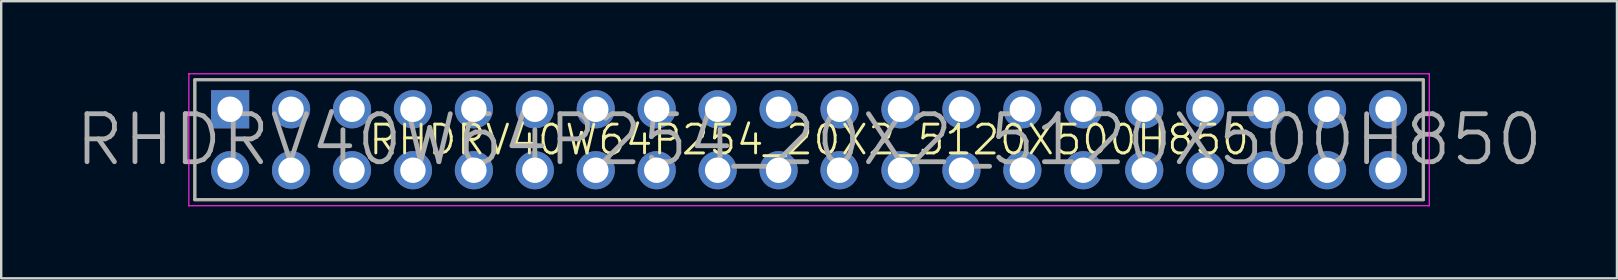
<source format=kicad_pcb>
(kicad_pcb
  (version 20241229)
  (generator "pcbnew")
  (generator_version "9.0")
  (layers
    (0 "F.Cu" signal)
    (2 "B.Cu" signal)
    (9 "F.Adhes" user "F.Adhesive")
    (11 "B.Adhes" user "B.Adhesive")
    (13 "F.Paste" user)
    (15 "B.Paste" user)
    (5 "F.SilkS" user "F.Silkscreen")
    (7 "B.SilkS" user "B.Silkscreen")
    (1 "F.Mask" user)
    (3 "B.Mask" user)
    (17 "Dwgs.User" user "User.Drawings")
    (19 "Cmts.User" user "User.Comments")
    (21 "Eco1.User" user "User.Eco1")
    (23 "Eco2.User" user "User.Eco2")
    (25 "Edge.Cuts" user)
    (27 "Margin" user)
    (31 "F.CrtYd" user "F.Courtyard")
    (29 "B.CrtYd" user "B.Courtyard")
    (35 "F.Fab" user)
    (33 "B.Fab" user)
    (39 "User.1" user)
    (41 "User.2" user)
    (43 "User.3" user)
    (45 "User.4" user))
  (footprint "RHDRV40W64P254_20X2_5120X500H850"
    (layer "F.Cu")
    (at 6.541 1.505)
    (property "Reference" "RHDRV40W64P254_20X2_5120X500H850" (at 24.13 1.27 0) (layer "F.SilkS") (effects (font (size 1.2 1.2) (thickness 0.12))))
    (attr through_hole)
    (fp_line (start -1.47 -1.23) (end 49.73 -1.23) (stroke (width 0.12) (type solid)) (layer "F.SilkS"))
    (fp_line (start -1.47 3.77) (end -1.47 -1.23) (stroke (width 0.12) (type solid)) (layer "F.SilkS"))
    (fp_line (start 49.73 -1.23) (end 49.73 3.77) (stroke (width 0.12) (type solid)) (layer "F.SilkS"))
    (fp_line (start 49.73 3.77) (end -1.47 3.77) (stroke (width 0.12) (type solid)) (layer "F.SilkS"))
    (fp_line (start -1.47 -1.23) (end 49.73 -1.23) (stroke (width 0.025) (type solid)) (layer "Dwgs.User"))
    (fp_line (start -1.47 3.77) (end -1.47 -1.23) (stroke (width 0.025) (type solid)) (layer "Dwgs.User"))
    (fp_line (start -0.32 -0.32) (end 0.32 -0.32) (stroke (width 0.025) (type solid)) (layer "Dwgs.User"))
    (fp_line (start -0.32 0.32) (end -0.32 -0.32) (stroke (width 0.025) (type solid)) (layer "Dwgs.User"))
    (fp_line (start -0.32 2.22) (end 0.32 2.22) (stroke (width 0.025) (type solid)) (layer "Dwgs.User"))
    (fp_line (start -0.32 2.86) (end -0.32 2.22) (stroke (width 0.025) (type solid)) (layer "Dwgs.User"))
    (fp_line (start 0.32 -0.32) (end 0.32 0.32) (stroke (width 0.025) (type solid)) (layer "Dwgs.User"))
    (fp_line (start 0.32 0.32) (end -0.32 0.32) (stroke (width 0.025) (type solid)) (layer "Dwgs.User"))
    (fp_line (start 0.32 2.22) (end 0.32 2.86) (stroke (width 0.025) (type solid)) (layer "Dwgs.User"))
    (fp_line (start 0.32 2.86) (end -0.32 2.86) (stroke (width 0.025) (type solid)) (layer "Dwgs.User"))
    (fp_line (start 2.22 -0.32) (end 2.86 -0.32) (stroke (width 0.025) (type solid)) (layer "Dwgs.User"))
    (fp_line (start 2.22 0.32) (end 2.22 -0.32) (stroke (width 0.025) (type solid)) (layer "Dwgs.User"))
    (fp_line (start 2.22 2.22) (end 2.86 2.22) (stroke (width 0.025) (type solid)) (layer "Dwgs.User"))
    (fp_line (start 2.22 2.86) (end 2.22 2.22) (stroke (width 0.025) (type solid)) (layer "Dwgs.User"))
    (fp_line (start 2.86 -0.32) (end 2.86 0.32) (stroke (width 0.025) (type solid)) (layer "Dwgs.User"))
    (fp_line (start 2.86 0.32) (end 2.22 0.32) (stroke (width 0.025) (type solid)) (layer "Dwgs.User"))
    (fp_line (start 2.86 2.22) (end 2.86 2.86) (stroke (width 0.025) (type solid)) (layer "Dwgs.User"))
    (fp_line (start 2.86 2.86) (end 2.22 2.86) (stroke (width 0.025) (type solid)) (layer "Dwgs.User"))
    (fp_line (start 4.76 -0.32) (end 5.4 -0.32) (stroke (width 0.025) (type solid)) (layer "Dwgs.User"))
    (fp_line (start 4.76 0.32) (end 4.76 -0.32) (stroke (width 0.025) (type solid)) (layer "Dwgs.User"))
    (fp_line (start 4.76 2.22) (end 5.4 2.22) (stroke (width 0.025) (type solid)) (layer "Dwgs.User"))
    (fp_line (start 4.76 2.86) (end 4.76 2.22) (stroke (width 0.025) (type solid)) (layer "Dwgs.User"))
    (fp_line (start 5.4 -0.32) (end 5.4 0.32) (stroke (width 0.025) (type solid)) (layer "Dwgs.User"))
    (fp_line (start 5.4 0.32) (end 4.76 0.32) (stroke (width 0.025) (type solid)) (layer "Dwgs.User"))
    (fp_line (start 5.4 2.22) (end 5.4 2.86) (stroke (width 0.025) (type solid)) (layer "Dwgs.User"))
    (fp_line (start 5.4 2.86) (end 4.76 2.86) (stroke (width 0.025) (type solid)) (layer "Dwgs.User"))
    (fp_line (start 7.3 -0.32) (end 7.94 -0.32) (stroke (width 0.025) (type solid)) (layer "Dwgs.User"))
    (fp_line (start 7.3 0.32) (end 7.3 -0.32) (stroke (width 0.025) (type solid)) (layer "Dwgs.User"))
    (fp_line (start 7.3 2.22) (end 7.94 2.22) (stroke (width 0.025) (type solid)) (layer "Dwgs.User"))
    (fp_line (start 7.3 2.86) (end 7.3 2.22) (stroke (width 0.025) (type solid)) (layer "Dwgs.User"))
    (fp_line (start 7.94 -0.32) (end 7.94 0.32) (stroke (width 0.025) (type solid)) (layer "Dwgs.User"))
    (fp_line (start 7.94 0.32) (end 7.3 0.32) (stroke (width 0.025) (type solid)) (layer "Dwgs.User"))
    (fp_line (start 7.94 2.22) (end 7.94 2.86) (stroke (width 0.025) (type solid)) (layer "Dwgs.User"))
    (fp_line (start 7.94 2.86) (end 7.3 2.86) (stroke (width 0.025) (type solid)) (layer "Dwgs.User"))
    (fp_line (start 9.84 -0.32) (end 10.48 -0.32) (stroke (width 0.025) (type solid)) (layer "Dwgs.User"))
    (fp_line (start 9.84 0.32) (end 9.84 -0.32) (stroke (width 0.025) (type solid)) (layer "Dwgs.User"))
    (fp_line (start 9.84 2.22) (end 10.48 2.22) (stroke (width 0.025) (type solid)) (layer "Dwgs.User"))
    (fp_line (start 9.84 2.86) (end 9.84 2.22) (stroke (width 0.025) (type solid)) (layer "Dwgs.User"))
    (fp_line (start 10.48 -0.32) (end 10.48 0.32) (stroke (width 0.025) (type solid)) (layer "Dwgs.User"))
    (fp_line (start 10.48 0.32) (end 9.84 0.32) (stroke (width 0.025) (type solid)) (layer "Dwgs.User"))
    (fp_line (start 10.48 2.22) (end 10.48 2.86) (stroke (width 0.025) (type solid)) (layer "Dwgs.User"))
    (fp_line (start 10.48 2.86) (end 9.84 2.86) (stroke (width 0.025) (type solid)) (layer "Dwgs.User"))
    (fp_line (start 12.38 -0.32) (end 13.02 -0.32) (stroke (width 0.025) (type solid)) (layer "Dwgs.User"))
    (fp_line (start 12.38 0.32) (end 12.38 -0.32) (stroke (width 0.025) (type solid)) (layer "Dwgs.User"))
    (fp_line (start 12.38 2.22) (end 13.02 2.22) (stroke (width 0.025) (type solid)) (layer "Dwgs.User"))
    (fp_line (start 12.38 2.86) (end 12.38 2.22) (stroke (width 0.025) (type solid)) (layer "Dwgs.User"))
    (fp_line (start 13.02 -0.32) (end 13.02 0.32) (stroke (width 0.025) (type solid)) (layer "Dwgs.User"))
    (fp_line (start 13.02 0.32) (end 12.38 0.32) (stroke (width 0.025) (type solid)) (layer "Dwgs.User"))
    (fp_line (start 13.02 2.22) (end 13.02 2.86) (stroke (width 0.025) (type solid)) (layer "Dwgs.User"))
    (fp_line (start 13.02 2.86) (end 12.38 2.86) (stroke (width 0.025) (type solid)) (layer "Dwgs.User"))
    (fp_line (start 14.92 -0.32) (end 15.56 -0.32) (stroke (width 0.025) (type solid)) (layer "Dwgs.User"))
    (fp_line (start 14.92 0.32) (end 14.92 -0.32) (stroke (width 0.025) (type solid)) (layer "Dwgs.User"))
    (fp_line (start 14.92 2.22) (end 15.56 2.22) (stroke (width 0.025) (type solid)) (layer "Dwgs.User"))
    (fp_line (start 14.92 2.86) (end 14.92 2.22) (stroke (width 0.025) (type solid)) (layer "Dwgs.User"))
    (fp_line (start 15.56 -0.32) (end 15.56 0.32) (stroke (width 0.025) (type solid)) (layer "Dwgs.User"))
    (fp_line (start 15.56 0.32) (end 14.92 0.32) (stroke (width 0.025) (type solid)) (layer "Dwgs.User"))
    (fp_line (start 15.56 2.22) (end 15.56 2.86) (stroke (width 0.025) (type solid)) (layer "Dwgs.User"))
    (fp_line (start 15.56 2.86) (end 14.92 2.86) (stroke (width 0.025) (type solid)) (layer "Dwgs.User"))
    (fp_line (start 17.46 -0.32) (end 18.1 -0.32) (stroke (width 0.025) (type solid)) (layer "Dwgs.User"))
    (fp_line (start 17.46 0.32) (end 17.46 -0.32) (stroke (width 0.025) (type solid)) (layer "Dwgs.User"))
    (fp_line (start 17.46 2.22) (end 18.1 2.22) (stroke (width 0.025) (type solid)) (layer "Dwgs.User"))
    (fp_line (start 17.46 2.86) (end 17.46 2.22) (stroke (width 0.025) (type solid)) (layer "Dwgs.User"))
    (fp_line (start 18.1 -0.32) (end 18.1 0.32) (stroke (width 0.025) (type solid)) (layer "Dwgs.User"))
    (fp_line (start 18.1 0.32) (end 17.46 0.32) (stroke (width 0.025) (type solid)) (layer "Dwgs.User"))
    (fp_line (start 18.1 2.22) (end 18.1 2.86) (stroke (width 0.025) (type solid)) (layer "Dwgs.User"))
    (fp_line (start 18.1 2.86) (end 17.46 2.86) (stroke (width 0.025) (type solid)) (layer "Dwgs.User"))
    (fp_line (start 20 -0.32) (end 20.64 -0.32) (stroke (width 0.025) (type solid)) (layer "Dwgs.User"))
    (fp_line (start 20 0.32) (end 20 -0.32) (stroke (width 0.025) (type solid)) (layer "Dwgs.User"))
    (fp_line (start 20 2.22) (end 20.64 2.22) (stroke (width 0.025) (type solid)) (layer "Dwgs.User"))
    (fp_line (start 20 2.86) (end 20 2.22) (stroke (width 0.025) (type solid)) (layer "Dwgs.User"))
    (fp_line (start 20.64 -0.32) (end 20.64 0.32) (stroke (width 0.025) (type solid)) (layer "Dwgs.User"))
    (fp_line (start 20.64 0.32) (end 20 0.32) (stroke (width 0.025) (type solid)) (layer "Dwgs.User"))
    (fp_line (start 20.64 2.22) (end 20.64 2.86) (stroke (width 0.025) (type solid)) (layer "Dwgs.User"))
    (fp_line (start 20.64 2.86) (end 20 2.86) (stroke (width 0.025) (type solid)) (layer "Dwgs.User"))
    (fp_line (start 22.54 -0.32) (end 23.18 -0.32) (stroke (width 0.025) (type solid)) (layer "Dwgs.User"))
    (fp_line (start 22.54 0.32) (end 22.54 -0.32) (stroke (width 0.025) (type solid)) (layer "Dwgs.User"))
    (fp_line (start 22.54 2.22) (end 23.18 2.22) (stroke (width 0.025) (type solid)) (layer "Dwgs.User"))
    (fp_line (start 22.54 2.86) (end 22.54 2.22) (stroke (width 0.025) (type solid)) (layer "Dwgs.User"))
    (fp_line (start 23.18 -0.32) (end 23.18 0.32) (stroke (width 0.025) (type solid)) (layer "Dwgs.User"))
    (fp_line (start 23.18 0.32) (end 22.54 0.32) (stroke (width 0.025) (type solid)) (layer "Dwgs.User"))
    (fp_line (start 23.18 2.22) (end 23.18 2.86) (stroke (width 0.025) (type solid)) (layer "Dwgs.User"))
    (fp_line (start 23.18 2.86) (end 22.54 2.86) (stroke (width 0.025) (type solid)) (layer "Dwgs.User"))
    (fp_line (start 25.08 -0.32) (end 25.72 -0.32) (stroke (width 0.025) (type solid)) (layer "Dwgs.User"))
    (fp_line (start 25.08 0.32) (end 25.08 -0.32) (stroke (width 0.025) (type solid)) (layer "Dwgs.User"))
    (fp_line (start 25.08 2.22) (end 25.72 2.22) (stroke (width 0.025) (type solid)) (layer "Dwgs.User"))
    (fp_line (start 25.08 2.86) (end 25.08 2.22) (stroke (width 0.025) (type solid)) (layer "Dwgs.User"))
    (fp_line (start 25.72 -0.32) (end 25.72 0.32) (stroke (width 0.025) (type solid)) (layer "Dwgs.User"))
    (fp_line (start 25.72 0.32) (end 25.08 0.32) (stroke (width 0.025) (type solid)) (layer "Dwgs.User"))
    (fp_line (start 25.72 2.22) (end 25.72 2.86) (stroke (width 0.025) (type solid)) (layer "Dwgs.User"))
    (fp_line (start 25.72 2.86) (end 25.08 2.86) (stroke (width 0.025) (type solid)) (layer "Dwgs.User"))
    (fp_line (start 27.62 -0.32) (end 28.26 -0.32) (stroke (width 0.025) (type solid)) (layer "Dwgs.User"))
    (fp_line (start 27.62 0.32) (end 27.62 -0.32) (stroke (width 0.025) (type solid)) (layer "Dwgs.User"))
    (fp_line (start 27.62 2.22) (end 28.26 2.22) (stroke (width 0.025) (type solid)) (layer "Dwgs.User"))
    (fp_line (start 27.62 2.86) (end 27.62 2.22) (stroke (width 0.025) (type solid)) (layer "Dwgs.User"))
    (fp_line (start 28.26 -0.32) (end 28.26 0.32) (stroke (width 0.025) (type solid)) (layer "Dwgs.User"))
    (fp_line (start 28.26 0.32) (end 27.62 0.32) (stroke (width 0.025) (type solid)) (layer "Dwgs.User"))
    (fp_line (start 28.26 2.22) (end 28.26 2.86) (stroke (width 0.025) (type solid)) (layer "Dwgs.User"))
    (fp_line (start 28.26 2.86) (end 27.62 2.86) (stroke (width 0.025) (type solid)) (layer "Dwgs.User"))
    (fp_line (start 30.16 -0.32) (end 30.8 -0.32) (stroke (width 0.025) (type solid)) (layer "Dwgs.User"))
    (fp_line (start 30.16 0.32) (end 30.16 -0.32) (stroke (width 0.025) (type solid)) (layer "Dwgs.User"))
    (fp_line (start 30.16 2.22) (end 30.8 2.22) (stroke (width 0.025) (type solid)) (layer "Dwgs.User"))
    (fp_line (start 30.16 2.86) (end 30.16 2.22) (stroke (width 0.025) (type solid)) (layer "Dwgs.User"))
    (fp_line (start 30.8 -0.32) (end 30.8 0.32) (stroke (width 0.025) (type solid)) (layer "Dwgs.User"))
    (fp_line (start 30.8 0.32) (end 30.16 0.32) (stroke (width 0.025) (type solid)) (layer "Dwgs.User"))
    (fp_line (start 30.8 2.22) (end 30.8 2.86) (stroke (width 0.025) (type solid)) (layer "Dwgs.User"))
    (fp_line (start 30.8 2.86) (end 30.16 2.86) (stroke (width 0.025) (type solid)) (layer "Dwgs.User"))
    (fp_line (start 32.7 -0.32) (end 33.34 -0.32) (stroke (width 0.025) (type solid)) (layer "Dwgs.User"))
    (fp_line (start 32.7 0.32) (end 32.7 -0.32) (stroke (width 0.025) (type solid)) (layer "Dwgs.User"))
    (fp_line (start 32.7 2.22) (end 33.34 2.22) (stroke (width 0.025) (type solid)) (layer "Dwgs.User"))
    (fp_line (start 32.7 2.86) (end 32.7 2.22) (stroke (width 0.025) (type solid)) (layer "Dwgs.User"))
    (fp_line (start 33.34 -0.32) (end 33.34 0.32) (stroke (width 0.025) (type solid)) (layer "Dwgs.User"))
    (fp_line (start 33.34 0.32) (end 32.7 0.32) (stroke (width 0.025) (type solid)) (layer "Dwgs.User"))
    (fp_line (start 33.34 2.22) (end 33.34 2.86) (stroke (width 0.025) (type solid)) (layer "Dwgs.User"))
    (fp_line (start 33.34 2.86) (end 32.7 2.86) (stroke (width 0.025) (type solid)) (layer "Dwgs.User"))
    (fp_line (start 35.24 -0.32) (end 35.88 -0.32) (stroke (width 0.025) (type solid)) (layer "Dwgs.User"))
    (fp_line (start 35.24 0.32) (end 35.24 -0.32) (stroke (width 0.025) (type solid)) (layer "Dwgs.User"))
    (fp_line (start 35.24 2.22) (end 35.88 2.22) (stroke (width 0.025) (type solid)) (layer "Dwgs.User"))
    (fp_line (start 35.24 2.86) (end 35.24 2.22) (stroke (width 0.025) (type solid)) (layer "Dwgs.User"))
    (fp_line (start 35.88 -0.32) (end 35.88 0.32) (stroke (width 0.025) (type solid)) (layer "Dwgs.User"))
    (fp_line (start 35.88 0.32) (end 35.24 0.32) (stroke (width 0.025) (type solid)) (layer "Dwgs.User"))
    (fp_line (start 35.88 2.22) (end 35.88 2.86) (stroke (width 0.025) (type solid)) (layer "Dwgs.User"))
    (fp_line (start 35.88 2.86) (end 35.24 2.86) (stroke (width 0.025) (type solid)) (layer "Dwgs.User"))
    (fp_line (start 37.78 -0.32) (end 38.42 -0.32) (stroke (width 0.025) (type solid)) (layer "Dwgs.User"))
    (fp_line (start 37.78 0.32) (end 37.78 -0.32) (stroke (width 0.025) (type solid)) (layer "Dwgs.User"))
    (fp_line (start 37.78 2.22) (end 38.42 2.22) (stroke (width 0.025) (type solid)) (layer "Dwgs.User"))
    (fp_line (start 37.78 2.86) (end 37.78 2.22) (stroke (width 0.025) (type solid)) (layer "Dwgs.User"))
    (fp_line (start 38.42 -0.32) (end 38.42 0.32) (stroke (width 0.025) (type solid)) (layer "Dwgs.User"))
    (fp_line (start 38.42 0.32) (end 37.78 0.32) (stroke (width 0.025) (type solid)) (layer "Dwgs.User"))
    (fp_line (start 38.42 2.22) (end 38.42 2.86) (stroke (width 0.025) (type solid)) (layer "Dwgs.User"))
    (fp_line (start 38.42 2.86) (end 37.78 2.86) (stroke (width 0.025) (type solid)) (layer "Dwgs.User"))
    (fp_line (start 40.32 -0.32) (end 40.96 -0.32) (stroke (width 0.025) (type solid)) (layer "Dwgs.User"))
    (fp_line (start 40.32 0.32) (end 40.32 -0.32) (stroke (width 0.025) (type solid)) (layer "Dwgs.User"))
    (fp_line (start 40.32 2.22) (end 40.96 2.22) (stroke (width 0.025) (type solid)) (layer "Dwgs.User"))
    (fp_line (start 40.32 2.86) (end 40.32 2.22) (stroke (width 0.025) (type solid)) (layer "Dwgs.User"))
    (fp_line (start 40.96 -0.32) (end 40.96 0.32) (stroke (width 0.025) (type solid)) (layer "Dwgs.User"))
    (fp_line (start 40.96 0.32) (end 40.32 0.32) (stroke (width 0.025) (type solid)) (layer "Dwgs.User"))
    (fp_line (start 40.96 2.22) (end 40.96 2.86) (stroke (width 0.025) (type solid)) (layer "Dwgs.User"))
    (fp_line (start 40.96 2.86) (end 40.32 2.86) (stroke (width 0.025) (type solid)) (layer "Dwgs.User"))
    (fp_line (start 42.86 -0.32) (end 43.5 -0.32) (stroke (width 0.025) (type solid)) (layer "Dwgs.User"))
    (fp_line (start 42.86 0.32) (end 42.86 -0.32) (stroke (width 0.025) (type solid)) (layer "Dwgs.User"))
    (fp_line (start 42.86 2.22) (end 43.5 2.22) (stroke (width 0.025) (type solid)) (layer "Dwgs.User"))
    (fp_line (start 42.86 2.86) (end 42.86 2.22) (stroke (width 0.025) (type solid)) (layer "Dwgs.User"))
    (fp_line (start 43.5 -0.32) (end 43.5 0.32) (stroke (width 0.025) (type solid)) (layer "Dwgs.User"))
    (fp_line (start 43.5 0.32) (end 42.86 0.32) (stroke (width 0.025) (type solid)) (layer "Dwgs.User"))
    (fp_line (start 43.5 2.22) (end 43.5 2.86) (stroke (width 0.025) (type solid)) (layer "Dwgs.User"))
    (fp_line (start 43.5 2.86) (end 42.86 2.86) (stroke (width 0.025) (type solid)) (layer "Dwgs.User"))
    (fp_line (start 45.4 -0.32) (end 46.04 -0.32) (stroke (width 0.025) (type solid)) (layer "Dwgs.User"))
    (fp_line (start 45.4 0.32) (end 45.4 -0.32) (stroke (width 0.025) (type solid)) (layer "Dwgs.User"))
    (fp_line (start 45.4 2.22) (end 46.04 2.22) (stroke (width 0.025) (type solid)) (layer "Dwgs.User"))
    (fp_line (start 45.4 2.86) (end 45.4 2.22) (stroke (width 0.025) (type solid)) (layer "Dwgs.User"))
    (fp_line (start 46.04 -0.32) (end 46.04 0.32) (stroke (width 0.025) (type solid)) (layer "Dwgs.User"))
    (fp_line (start 46.04 0.32) (end 45.4 0.32) (stroke (width 0.025) (type solid)) (layer "Dwgs.User"))
    (fp_line (start 46.04 2.22) (end 46.04 2.86) (stroke (width 0.025) (type solid)) (layer "Dwgs.User"))
    (fp_line (start 46.04 2.86) (end 45.4 2.86) (stroke (width 0.025) (type solid)) (layer "Dwgs.User"))
    (fp_line (start 47.94 -0.32) (end 48.58 -0.32) (stroke (width 0.025) (type solid)) (layer "Dwgs.User"))
    (fp_line (start 47.94 0.32) (end 47.94 -0.32) (stroke (width 0.025) (type solid)) (layer "Dwgs.User"))
    (fp_line (start 47.94 2.22) (end 48.58 2.22) (stroke (width 0.025) (type solid)) (layer "Dwgs.User"))
    (fp_line (start 47.94 2.86) (end 47.94 2.22) (stroke (width 0.025) (type solid)) (layer "Dwgs.User"))
    (fp_line (start 48.58 -0.32) (end 48.58 0.32) (stroke (width 0.025) (type solid)) (layer "Dwgs.User"))
    (fp_line (start 48.58 0.32) (end 47.94 0.32) (stroke (width 0.025) (type solid)) (layer "Dwgs.User"))
    (fp_line (start 48.58 2.22) (end 48.58 2.86) (stroke (width 0.025) (type solid)) (layer "Dwgs.User"))
    (fp_line (start 48.58 2.86) (end 47.94 2.86) (stroke (width 0.025) (type solid)) (layer "Dwgs.User"))
    (fp_line (start 49.73 -1.23) (end 49.73 3.77) (stroke (width 0.025) (type solid)) (layer "Dwgs.User"))
    (fp_line (start 49.73 3.77) (end -1.47 3.77) (stroke (width 0.025) (type solid)) (layer "Dwgs.User"))
    (fp_line (start -1.72 -1.48) (end 49.98 -1.48) (stroke (width 0.05) (type solid)) (layer "F.CrtYd"))
    (fp_line (start -1.72 4.02) (end -1.72 -1.48) (stroke (width 0.05) (type solid)) (layer "F.CrtYd"))
    (fp_line (start 49.98 -1.48) (end 49.98 4.02) (stroke (width 0.05) (type solid)) (layer "F.CrtYd"))
    (fp_line (start 49.98 4.02) (end -1.72 4.02) (stroke (width 0.05) (type solid)) (layer "F.CrtYd"))
    (fp_line (start -1.47 -1.23) (end 49.73 -1.23) (stroke (width 0.12) (type solid)) (layer "F.Fab"))
    (fp_line (start -1.47 3.77) (end -1.47 -1.23) (stroke (width 0.12) (type solid)) (layer "F.Fab"))
    (fp_line (start 49.73 -1.23) (end 49.73 3.77) (stroke (width 0.12) (type solid)) (layer "F.Fab"))
    (fp_line (start 49.73 3.77) (end -1.47 3.77) (stroke (width 0.12) (type solid)) (layer "F.Fab"))
    (fp_text user "${REFERENCE}" (at 24.13 1.27 0) (layer "F.Fab") (effects (font (size 2 2) (thickness 0.2))))
    (pad "1" thru_hole rect (at 0 0) (size 1.59 1.59) (drill 1.06) (layers "*.Cu" "*.Mask"))
    (pad "2" thru_hole circle (at 0 2.54) (size 1.59 1.59) (drill 1.06) (layers "*.Cu" "*.Mask"))
    (pad "3" thru_hole circle (at 2.54 0) (size 1.59 1.59) (drill 1.06) (layers "*.Cu" "*.Mask"))
    (pad "4" thru_hole circle (at 2.54 2.54) (size 1.59 1.59) (drill 1.06) (layers "*.Cu" "*.Mask"))
    (pad "5" thru_hole circle (at 5.08 0) (size 1.59 1.59) (drill 1.06) (layers "*.Cu" "*.Mask"))
    (pad "6" thru_hole circle (at 5.08 2.54) (size 1.59 1.59) (drill 1.06) (layers "*.Cu" "*.Mask"))
    (pad "7" thru_hole circle (at 7.62 0) (size 1.59 1.59) (drill 1.06) (layers "*.Cu" "*.Mask"))
    (pad "8" thru_hole circle (at 7.62 2.54) (size 1.59 1.59) (drill 1.06) (layers "*.Cu" "*.Mask"))
    (pad "9" thru_hole circle (at 10.16 0) (size 1.59 1.59) (drill 1.06) (layers "*.Cu" "*.Mask"))
    (pad "10" thru_hole circle (at 10.16 2.54) (size 1.59 1.59) (drill 1.06) (layers "*.Cu" "*.Mask"))
    (pad "11" thru_hole circle (at 12.7 0) (size 1.59 1.59) (drill 1.06) (layers "*.Cu" "*.Mask"))
    (pad "12" thru_hole circle (at 12.7 2.54) (size 1.59 1.59) (drill 1.06) (layers "*.Cu" "*.Mask"))
    (pad "13" thru_hole circle (at 15.24 0) (size 1.59 1.59) (drill 1.06) (layers "*.Cu" "*.Mask"))
    (pad "14" thru_hole circle (at 15.24 2.54) (size 1.59 1.59) (drill 1.06) (layers "*.Cu" "*.Mask"))
    (pad "15" thru_hole circle (at 17.78 0) (size 1.59 1.59) (drill 1.06) (layers "*.Cu" "*.Mask"))
    (pad "16" thru_hole circle (at 17.78 2.54) (size 1.59 1.59) (drill 1.06) (layers "*.Cu" "*.Mask"))
    (pad "17" thru_hole circle (at 20.32 0) (size 1.59 1.59) (drill 1.06) (layers "*.Cu" "*.Mask"))
    (pad "18" thru_hole circle (at 20.32 2.54) (size 1.59 1.59) (drill 1.06) (layers "*.Cu" "*.Mask"))
    (pad "19" thru_hole circle (at 22.86 0) (size 1.59 1.59) (drill 1.06) (layers "*.Cu" "*.Mask"))
    (pad "20" thru_hole circle (at 22.86 2.54) (size 1.59 1.59) (drill 1.06) (layers "*.Cu" "*.Mask"))
    (pad "21" thru_hole circle (at 25.4 0) (size 1.59 1.59) (drill 1.06) (layers "*.Cu" "*.Mask"))
    (pad "22" thru_hole circle (at 25.4 2.54) (size 1.59 1.59) (drill 1.06) (layers "*.Cu" "*.Mask"))
    (pad "23" thru_hole circle (at 27.94 0) (size 1.59 1.59) (drill 1.06) (layers "*.Cu" "*.Mask"))
    (pad "24" thru_hole circle (at 27.94 2.54) (size 1.59 1.59) (drill 1.06) (layers "*.Cu" "*.Mask"))
    (pad "25" thru_hole circle (at 30.48 0) (size 1.59 1.59) (drill 1.06) (layers "*.Cu" "*.Mask"))
    (pad "26" thru_hole circle (at 30.48 2.54) (size 1.59 1.59) (drill 1.06) (layers "*.Cu" "*.Mask"))
    (pad "27" thru_hole circle (at 33.02 0) (size 1.59 1.59) (drill 1.06) (layers "*.Cu" "*.Mask"))
    (pad "28" thru_hole circle (at 33.02 2.54) (size 1.59 1.59) (drill 1.06) (layers "*.Cu" "*.Mask"))
    (pad "29" thru_hole circle (at 35.56 0) (size 1.59 1.59) (drill 1.06) (layers "*.Cu" "*.Mask"))
    (pad "30" thru_hole circle (at 35.56 2.54) (size 1.59 1.59) (drill 1.06) (layers "*.Cu" "*.Mask"))
    (pad "31" thru_hole circle (at 38.1 0) (size 1.59 1.59) (drill 1.06) (layers "*.Cu" "*.Mask"))
    (pad "32" thru_hole circle (at 38.1 2.54) (size 1.59 1.59) (drill 1.06) (layers "*.Cu" "*.Mask"))
    (pad "33" thru_hole circle (at 40.64 0) (size 1.59 1.59) (drill 1.06) (layers "*.Cu" "*.Mask"))
    (pad "34" thru_hole circle (at 40.64 2.54) (size 1.59 1.59) (drill 1.06) (layers "*.Cu" "*.Mask"))
    (pad "35" thru_hole circle (at 43.18 0) (size 1.59 1.59) (drill 1.06) (layers "*.Cu" "*.Mask"))
    (pad "36" thru_hole circle (at 43.18 2.54) (size 1.59 1.59) (drill 1.06) (layers "*.Cu" "*.Mask"))
    (pad "37" thru_hole circle (at 45.72 0) (size 1.59 1.59) (drill 1.06) (layers "*.Cu" "*.Mask"))
    (pad "38" thru_hole circle (at 45.72 2.54) (size 1.59 1.59) (drill 1.06) (layers "*.Cu" "*.Mask"))
    (pad "39" thru_hole circle (at 48.26 0) (size 1.59 1.59) (drill 1.06) (layers "*.Cu" "*.Mask"))
    (pad "40" thru_hole circle (at 48.26 2.54) (size 1.59 1.59) (drill 1.06) (layers "*.Cu" "*.Mask")))
  (gr_rect
    (start -3 -3)
    (end 64.343 8.55)
    (stroke (width 0.1) (type default))
    (fill no)
    (layer "Edge.Cuts")))
</source>
